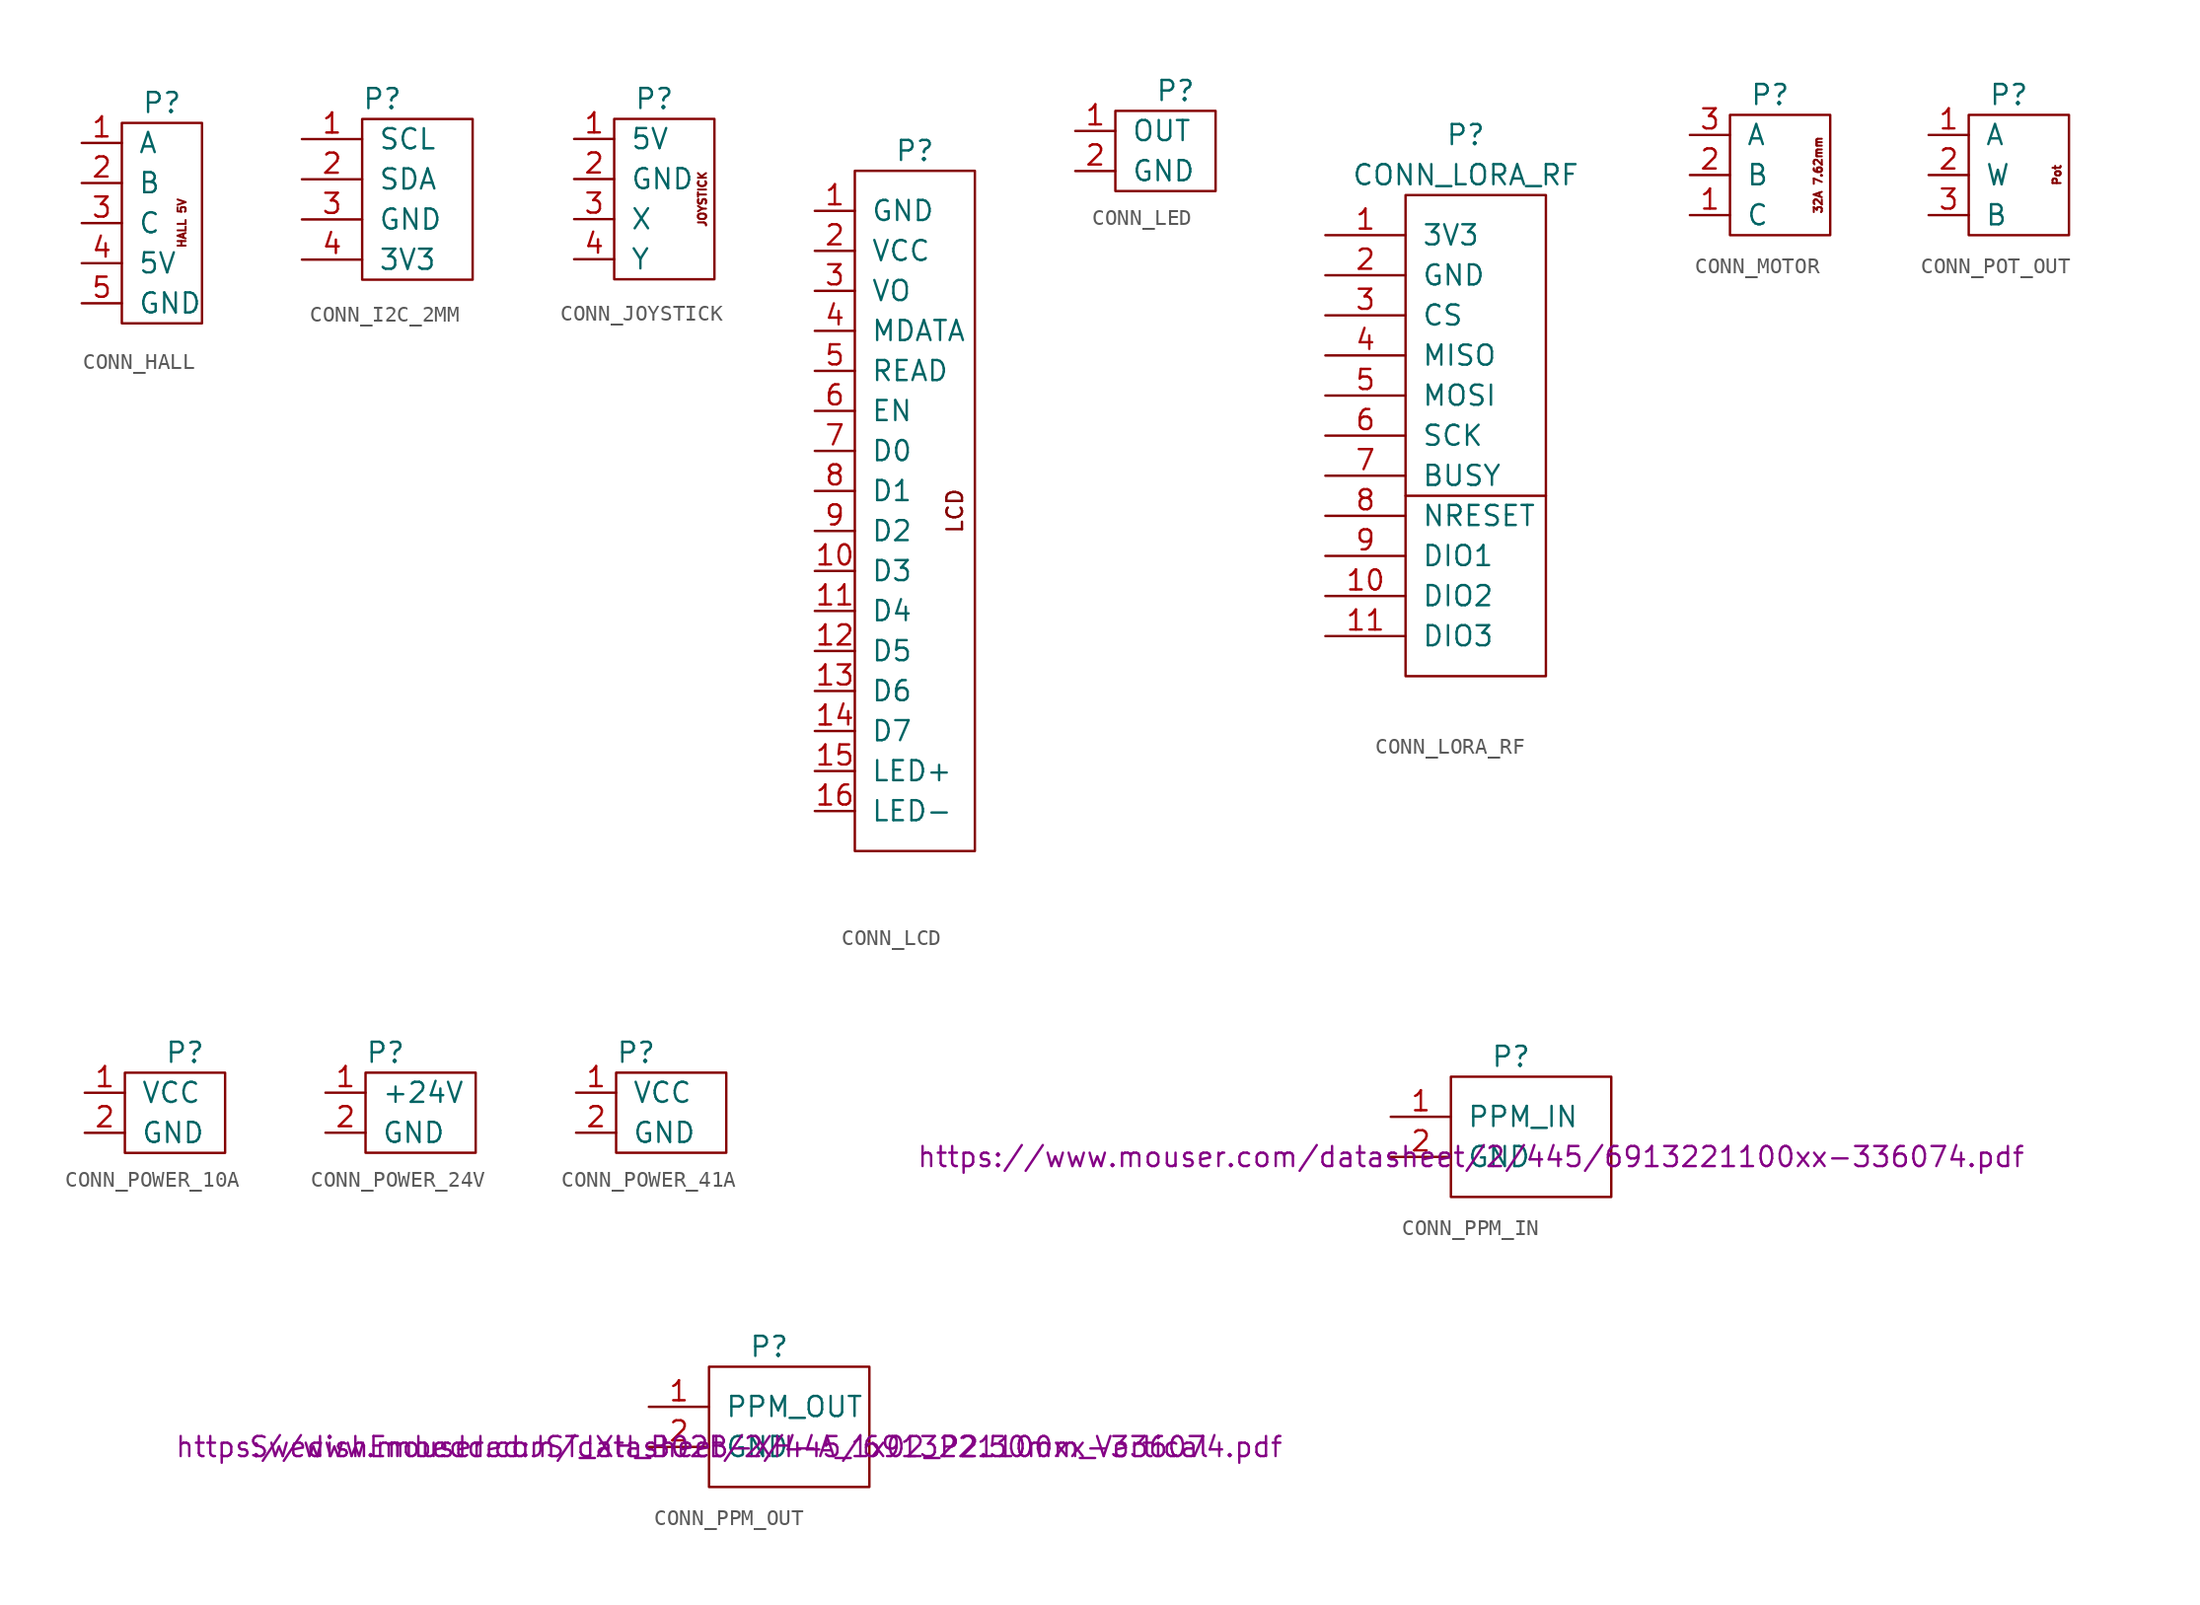
<source format=kicad_sym>
(kicad_symbol_lib
  (version 20211014)
  (generator kicad_symbol_editor)
  (symbol "CONN_HALL"
    (pin_names
      (offset 1.016))
    (property "Reference" "P"
      (at 0 7.62 0)
      (effects (font (size 1.27 1.27))))
    (symbol "CONN_HALL_0_0"
      (text "HALL 5V" (at 1.27 0 900) (effects (font (size 0.508 0.508)))))
    (symbol "CONN_HALL_0_1"
      (rectangle (start -2.54 6.35) (end 2.54 -6.35) (stroke (width 0) (type default) (color 0 0 0 0)) (fill (type none))))
    (symbol "CONN_HALL_1_1"
      (pin output line (at -5.08 5.08 0) (length 2.54) (name "A" (effects (font (size 1.27 1.27)))) (number "1" (effects (font (size 1.27 1.27)))))
      (pin output line (at -5.08 2.54 0) (length 2.54) (name "B" (effects (font (size 1.27 1.27)))) (number "2" (effects (font (size 1.27 1.27)))))
      (pin output line (at -5.08 0 0) (length 2.54) (name "C" (effects (font (size 1.27 1.27)))) (number "3" (effects (font (size 1.27 1.27)))))
      (pin power_in line (at -5.08 -2.54 0) (length 2.54) (name "5V" (effects (font (size 1.27 1.27)))) (number "4" (effects (font (size 1.27 1.27)))))
      (pin power_in line (at -5.08 -5.08 0) (length 2.54) (name "GND" (effects (font (size 1.27 1.27)))) (number "5" (effects (font (size 1.27 1.27)))))))
  (symbol "CONN_I2C_2MM"
    (pin_names
      (offset 1.016))
    (property "Reference" "P"
      (at -2.54 6.35 0)
      (effects (font (size 1.27 1.27))))
    (property "Datasheet" ""
      (at -2.54 1.27 0)
      (effects (font (size 1.27 1.27))))
    (symbol "CONN_I2C_2MM_0_1"
      (rectangle (start -3.81 5.08) (end 3.175 -5.08) (stroke (width 0) (type default) (color 0 0 0 0)) (fill (type none))))
    (symbol "CONN_I2C_2MM_1_1"
      (pin passive line (at -7.62 3.81 0) (length 3.81) (name "SCL" (effects (font (size 1.27 1.27)))) (number "1" (effects (font (size 1.27 1.27)))))
      (pin passive line (at -7.62 1.27 0) (length 3.81) (name "SDA" (effects (font (size 1.27 1.27)))) (number "2" (effects (font (size 1.27 1.27)))))
      (pin passive line (at -7.62 -1.27 0) (length 3.81) (name "GND" (effects (font (size 1.27 1.27)))) (number "3" (effects (font (size 1.27 1.27)))))
      (pin passive line (at -7.62 -3.81 0) (length 3.81) (name "3V3" (effects (font (size 1.27 1.27)))) (number "4" (effects (font (size 1.27 1.27)))))))
  (symbol "CONN_JOYSTICK"
    (pin_names
      (offset 1.016))
    (property "Reference" "P"
      (at -1.27 6.35 0)
      (effects (font (size 1.27 1.27))))
    (symbol "CONN_JOYSTICK_0_0"
      (text "JOYSTICK" (at 1.778 0 900) (effects (font (size 0.508 0.508)))))
    (symbol "CONN_JOYSTICK_0_1"
      (rectangle (start -3.81 5.08) (end 2.54 -5.08) (stroke (width 0) (type default) (color 0 0 0 0)) (fill (type none))))
    (symbol "CONN_JOYSTICK_1_1"
      (pin power_in line (at -6.35 3.81 0) (length 2.54) (name "5V" (effects (font (size 1.27 1.27)))) (number "1" (effects (font (size 1.27 1.27)))))
      (pin power_in line (at -6.35 1.27 0) (length 2.54) (name "GND" (effects (font (size 1.27 1.27)))) (number "2" (effects (font (size 1.27 1.27)))))
      (pin output line (at -6.35 -1.27 0) (length 2.54) (name "X" (effects (font (size 1.27 1.27)))) (number "3" (effects (font (size 1.27 1.27)))))
      (pin output line (at -6.35 -3.81 0) (length 2.54) (name "Y" (effects (font (size 1.27 1.27)))) (number "4" (effects (font (size 1.27 1.27)))))))
  (symbol "CONN_LCD"
    (pin_names
      (offset 1.016))
    (property "Reference" "P"
      (at 0 22.86 0)
      (effects (font (size 1.27 1.27))))
    (symbol "CONN_LCD_0_0"
      (text "LCD" (at 2.54 0 900) (effects (font (size 0.991 0.991)))))
    (symbol "CONN_LCD_0_1"
      (rectangle (start -3.81 21.59) (end 3.81 -21.59) (stroke (width 0) (type default) (color 0 0 0 0)) (fill (type none))))
    (symbol "CONN_LCD_1_1"
      (pin power_in line (at -6.35 19.05 0) (length 2.54) (name "GND" (effects (font (size 1.27 1.27)))) (number "1" (effects (font (size 1.27 1.27)))))
      (pin bidirectional line (at -6.35 -3.81 0) (length 2.54) (name "D3" (effects (font (size 1.27 1.27)))) (number "10" (effects (font (size 1.27 1.27)))))
      (pin bidirectional line (at -6.35 -6.35 0) (length 2.54) (name "D4" (effects (font (size 1.27 1.27)))) (number "11" (effects (font (size 1.27 1.27)))))
      (pin bidirectional line (at -6.35 -8.89 0) (length 2.54) (name "D5" (effects (font (size 1.27 1.27)))) (number "12" (effects (font (size 1.27 1.27)))))
      (pin bidirectional line (at -6.35 -11.43 0) (length 2.54) (name "D6" (effects (font (size 1.27 1.27)))) (number "13" (effects (font (size 1.27 1.27)))))
      (pin bidirectional line (at -6.35 -13.97 0) (length 2.54) (name "D7" (effects (font (size 1.27 1.27)))) (number "14" (effects (font (size 1.27 1.27)))))
      (pin input line (at -6.35 -16.51 0) (length 2.54) (name "LED+" (effects (font (size 1.27 1.27)))) (number "15" (effects (font (size 1.27 1.27)))))
      (pin input line (at -6.35 -19.05 0) (length 2.54) (name "LED-" (effects (font (size 1.27 1.27)))) (number "16" (effects (font (size 1.27 1.27)))))
      (pin power_in line (at -6.35 16.51 0) (length 2.54) (name "VCC" (effects (font (size 1.27 1.27)))) (number "2" (effects (font (size 1.27 1.27)))))
      (pin input line (at -6.35 13.97 0) (length 2.54) (name "VO" (effects (font (size 1.27 1.27)))) (number "3" (effects (font (size 1.27 1.27)))))
      (pin input line (at -6.35 11.43 0) (length 2.54) (name "MDATA" (effects (font (size 1.27 1.27)))) (number "4" (effects (font (size 1.27 1.27)))))
      (pin input line (at -6.35 8.89 0) (length 2.54) (name "READ" (effects (font (size 1.27 1.27)))) (number "5" (effects (font (size 1.27 1.27)))))
      (pin input line (at -6.35 6.35 0) (length 2.54) (name "EN" (effects (font (size 1.27 1.27)))) (number "6" (effects (font (size 1.27 1.27)))))
      (pin bidirectional line (at -6.35 3.81 0) (length 2.54) (name "D0" (effects (font (size 1.27 1.27)))) (number "7" (effects (font (size 1.27 1.27)))))
      (pin bidirectional line (at -6.35 1.27 0) (length 2.54) (name "D1" (effects (font (size 1.27 1.27)))) (number "8" (effects (font (size 1.27 1.27)))))
      (pin bidirectional line (at -6.35 -1.27 0) (length 2.54) (name "D2" (effects (font (size 1.27 1.27)))) (number "9" (effects (font (size 1.27 1.27)))))))
  (symbol "CONN_LED"
    (pin_names
      (offset 1.016))
    (property "Reference" "P"
      (at 0 3.81 0)
      (effects (font (size 1.27 1.27))))
    (symbol "CONN_LED_0_1"
      (rectangle (start -3.81 2.54) (end 2.54 -2.54) (stroke (width 0) (type default) (color 0 0 0 0)) (fill (type none))))
    (symbol "CONN_LED_1_1"
      (pin input line (at -6.35 1.27 0) (length 2.54) (name "OUT" (effects (font (size 1.27 1.27)))) (number "1" (effects (font (size 1.27 1.27)))))
      (pin power_in line (at -6.35 -1.27 0) (length 2.54) (name "GND" (effects (font (size 1.27 1.27)))) (number "2" (effects (font (size 1.27 1.27)))))))
  (symbol "CONN_LORA_RF"
    (pin_names
      (offset 1.016))
    (property "Reference" "P"
      (at 0 17.78 0)
      (effects (font (size 1.27 1.27))))
    (property "Value" "CONN_LORA_RF"
      (at 0 15.24 0)
      (effects (font (size 1.27 1.27))))
    (symbol "CONN_LORA_RF_0_1"
      (rectangle (start -3.81 13.97) (end 5.08 -16.51) (stroke (width 0) (type default) (color 0 0 0 0)) (fill (type none)))
      (polyline (pts (xy 5.08 -5.08) (xy -3.81 -5.08)) (stroke (width 0) (type default) (color 0 0 0 0)) (fill (type none))))
    (symbol "CONN_LORA_RF_1_1"
      (pin power_out line (at -8.89 11.43 0) (length 5.08) (name "3V3" (effects (font (size 1.27 1.27)))) (number "1" (effects (font (size 1.27 1.27)))))
      (pin bidirectional line (at -8.89 -11.43 0) (length 5.08) (name "DIO2" (effects (font (size 1.27 1.27)))) (number "10" (effects (font (size 1.27 1.27)))))
      (pin bidirectional line (at -8.89 -13.97 0) (length 5.08) (name "DIO3" (effects (font (size 1.27 1.27)))) (number "11" (effects (font (size 1.27 1.27)))))
      (pin power_out line (at -8.89 8.89 0) (length 5.08) (name "GND" (effects (font (size 1.27 1.27)))) (number "2" (effects (font (size 1.27 1.27)))))
      (pin output line (at -8.89 6.35 0) (length 5.08) (name "CS" (effects (font (size 1.27 1.27)))) (number "3" (effects (font (size 1.27 1.27)))))
      (pin input line (at -8.89 3.81 0) (length 5.08) (name "MISO" (effects (font (size 1.27 1.27)))) (number "4" (effects (font (size 1.27 1.27)))))
      (pin output line (at -8.89 1.27 0) (length 5.08) (name "MOSI" (effects (font (size 1.27 1.27)))) (number "5" (effects (font (size 1.27 1.27)))))
      (pin output line (at -8.89 -1.27 0) (length 5.08) (name "SCK" (effects (font (size 1.27 1.27)))) (number "6" (effects (font (size 1.27 1.27)))))
      (pin input line (at -8.89 -3.81 0) (length 5.08) (name "BUSY" (effects (font (size 1.27 1.27)))) (number "7" (effects (font (size 1.27 1.27)))))
      (pin output line (at -8.89 -6.35 0) (length 5.08) (name "NRESET" (effects (font (size 1.27 1.27)))) (number "8" (effects (font (size 1.27 1.27)))))
      (pin bidirectional line (at -8.89 -8.89 0) (length 5.08) (name "DIO1" (effects (font (size 1.27 1.27)))) (number "9" (effects (font (size 1.27 1.27)))))))
  (symbol "CONN_MOTOR"
    (pin_names
      (offset 1.016))
    (property "Reference" "P"
      (at -1.27 5.08 0)
      (effects (font (size 1.27 1.27))))
    (symbol "CONN_MOTOR_0_0"
      (text "32A 7.62mm" (at 1.778 0 900) (effects (font (size 0.508 0.508)))))
    (symbol "CONN_MOTOR_0_1"
      (rectangle (start -3.81 3.81) (end 2.54 -3.81) (stroke (width 0) (type default) (color 0 0 0 0)) (fill (type none))))
    (symbol "CONN_MOTOR_1_1"
      (pin input line (at -6.35 -2.54 0) (length 2.54) (name "C" (effects (font (size 1.27 1.27)))) (number "1" (effects (font (size 1.27 1.27)))))
      (pin input line (at -6.35 0 0) (length 2.54) (name "B" (effects (font (size 1.27 1.27)))) (number "2" (effects (font (size 1.27 1.27)))))
      (pin input line (at -6.35 2.54 0) (length 2.54) (name "A" (effects (font (size 1.27 1.27)))) (number "3" (effects (font (size 1.27 1.27)))))))
  (symbol "CONN_POT_OUT"
    (pin_names
      (offset 1.016))
    (property "Reference" "P"
      (at -1.27 5.08 0)
      (effects (font (size 1.27 1.27))))
    (symbol "CONN_POT_OUT_0_0"
      (text "Pot" (at 1.778 0 900) (effects (font (size 0.508 0.508)))))
    (symbol "CONN_POT_OUT_0_1"
      (rectangle (start -3.81 3.81) (end 2.54 -3.81) (stroke (width 0) (type default) (color 0 0 0 0)) (fill (type none))))
    (symbol "CONN_POT_OUT_1_1"
      (pin power_in line (at -6.35 2.54 0) (length 2.54) (name "A" (effects (font (size 1.27 1.27)))) (number "1" (effects (font (size 1.27 1.27)))))
      (pin output line (at -6.35 0 0) (length 2.54) (name "W" (effects (font (size 1.27 1.27)))) (number "2" (effects (font (size 1.27 1.27)))))
      (pin power_in line (at -6.35 -2.54 0) (length 2.54) (name "B" (effects (font (size 1.27 1.27)))) (number "3" (effects (font (size 1.27 1.27)))))))
  (symbol "CONN_POWER_10A"
    (pin_names
      (offset 1.016))
    (property "Reference" "P"
      (at 0 3.81 0)
      (effects (font (size 1.27 1.27))))
    (symbol "CONN_POWER_10A_0_1"
      (rectangle (start -3.81 2.54) (end 2.54 -2.54) (stroke (width 0) (type default) (color 0 0 0 0)) (fill (type none))))
    (symbol "CONN_POWER_10A_1_1"
      (pin passive line (at -6.35 1.27 0) (length 2.54) (name "VCC" (effects (font (size 1.27 1.27)))) (number "1" (effects (font (size 1.27 1.27)))))
      (pin passive line (at -6.35 -1.27 0) (length 2.54) (name "GND" (effects (font (size 1.27 1.27)))) (number "2" (effects (font (size 1.27 1.27)))))))
  (symbol "CONN_POWER_24V"
    (pin_names
      (offset 1.016))
    (property "Reference" "P"
      (at -2.54 3.81 0)
      (effects (font (size 1.27 1.27))))
    (property "Datasheet" ""
      (at -2.54 -1.27 0)
      (effects (font (size 1.27 1.27))))
    (symbol "CONN_POWER_24V_0_1"
      (rectangle (start -3.81 2.54) (end 3.175 -2.54) (stroke (width 0) (type default) (color 0 0 0 0)) (fill (type none))))
    (symbol "CONN_POWER_24V_1_1"
      (pin passive line (at -6.35 1.27 0) (length 2.54) (name "+24V" (effects (font (size 1.27 1.27)))) (number "1" (effects (font (size 1.27 1.27)))))
      (pin passive line (at -6.35 -1.27 0) (length 2.54) (name "GND" (effects (font (size 1.27 1.27)))) (number "2" (effects (font (size 1.27 1.27)))))))
  (symbol "CONN_POWER_41A"
    (pin_names
      (offset 1.016))
    (property "Reference" "P"
      (at -2.54 3.81 0)
      (effects (font (size 1.27 1.27))))
    (property "Datasheet" ""
      (at -2.54 -1.27 0)
      (effects (font (size 1.27 1.27))))
    (symbol "CONN_POWER_41A_0_1"
      (rectangle (start -3.81 2.54) (end 3.175 -2.54) (stroke (width 0) (type default) (color 0 0 0 0)) (fill (type none))))
    (symbol "CONN_POWER_41A_1_1"
      (pin passive line (at -6.35 1.27 0) (length 2.54) (name "VCC" (effects (font (size 1.27 1.27)))) (number "1" (effects (font (size 1.27 1.27)))))
      (pin passive line (at -6.35 -1.27 0) (length 2.54) (name "GND" (effects (font (size 1.27 1.27)))) (number "2" (effects (font (size 1.27 1.27)))))))
  (symbol "CONN_PPM_IN"
    (pin_names
      (offset 1.016))
    (property "Reference" "P"
      (at -1.27 5.08 0)
      (effects (font (size 1.27 1.27))))
    (property "Datasheet" "https://www.mouser.com/datasheet/2/445/6913221100xx-336074.pdf"
      (at -3.81 -1.27 0)
      (effects (font (size 1.27 1.27))))
    (symbol "CONN_PPM_IN_0_1"
      (rectangle (start -5.08 3.81) (end 5.08 -3.81) (stroke (width 0) (type default) (color 0 0 0 0)) (fill (type none))))
    (symbol "CONN_PPM_IN_1_1"
      (pin passive line (at -8.89 1.27 0) (length 3.81) (name "PPM_IN" (effects (font (size 1.27 1.27)))) (number "1" (effects (font (size 1.27 1.27)))))
      (pin passive line (at -8.89 -1.27 0) (length 3.81) (name "GND" (effects (font (size 1.27 1.27)))) (number "2" (effects (font (size 1.27 1.27)))))))
  (symbol "CONN_PPM_OUT"
    (pin_names
      (offset 1.016))
    (property "Reference" "P"
      (at -1.27 5.08 0)
      (effects (font (size 1.27 1.27))))
    (property "Footprint" "SwedishEmbedded:JST_XH_B02B-XH-A_1x02_P2.50mm_Vertical"
      (at -3.81 -1.27 0)
      (effects (font (size 1.27 1.27))))
    (property "Datasheet" "https://www.mouser.com/datasheet/2/445/6913221100xx-336074.pdf"
      (at -3.81 -1.27 0)
      (effects (font (size 1.27 1.27))))
    (symbol "CONN_PPM_OUT_0_1"
      (rectangle (start -5.08 3.81) (end 5.08 -3.81) (stroke (width 0) (type default) (color 0 0 0 0)) (fill (type none))))
    (symbol "CONN_PPM_OUT_1_1"
      (pin passive line (at -8.89 1.27 0) (length 3.81) (name "PPM_OUT" (effects (font (size 1.27 1.27)))) (number "1" (effects (font (size 1.27 1.27)))))
      (pin passive line (at -8.89 -1.27 0) (length 3.81) (name "GND" (effects (font (size 1.27 1.27)))) (number "2" (effects (font (size 1.27 1.27))))))))
</source>
